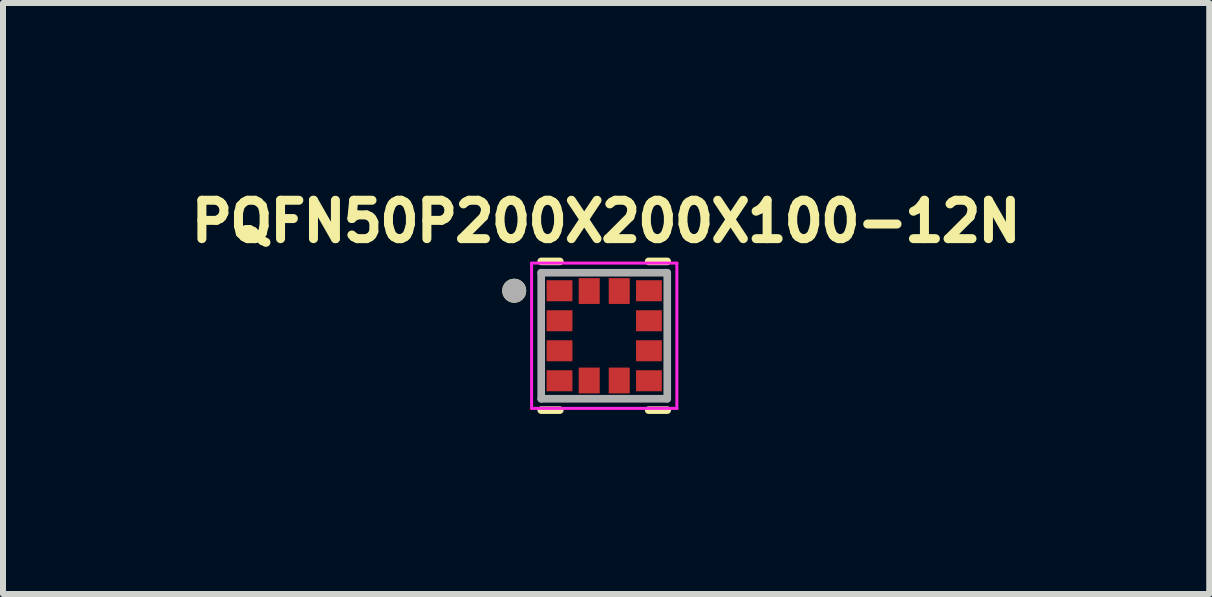
<source format=kicad_pcb>
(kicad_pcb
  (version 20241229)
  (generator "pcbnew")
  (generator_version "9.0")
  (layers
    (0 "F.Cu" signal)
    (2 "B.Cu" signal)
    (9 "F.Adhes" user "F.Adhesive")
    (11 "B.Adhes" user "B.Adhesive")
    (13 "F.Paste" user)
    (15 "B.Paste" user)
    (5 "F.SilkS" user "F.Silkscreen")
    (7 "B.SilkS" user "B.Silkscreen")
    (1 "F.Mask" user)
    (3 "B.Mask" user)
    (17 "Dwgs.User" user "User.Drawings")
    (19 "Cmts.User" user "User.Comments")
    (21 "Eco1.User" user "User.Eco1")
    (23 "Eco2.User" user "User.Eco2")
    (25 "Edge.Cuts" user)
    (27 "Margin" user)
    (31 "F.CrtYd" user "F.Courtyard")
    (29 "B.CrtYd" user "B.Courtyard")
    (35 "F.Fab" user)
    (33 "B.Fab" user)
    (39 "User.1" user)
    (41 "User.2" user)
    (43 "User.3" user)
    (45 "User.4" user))
  (footprint "PQFN50P200X200X100-12N"
    (layer "F.Cu")
    (at 7.017 2.544)
    (property "Reference" "PQFN50P200X200X100-12N" (at 0.032 -1.906 0) (layer "F.SilkS") (effects (font (size 0.64 0.64) (thickness 0.15))))
    (attr smd)
    (fp_line (start -0.74 -1.239) (end -1.05 -1.239) (stroke (width 0.127) (type solid)) (layer "F.SilkS"))
    (fp_line (start -0.74 1.239) (end -1.05 1.239) (stroke (width 0.127) (type solid)) (layer "F.SilkS"))
    (fp_line (start 0.74 -1.239) (end 1.05 -1.239) (stroke (width 0.127) (type solid)) (layer "F.SilkS"))
    (fp_line (start 0.74 1.239) (end 1.05 1.239) (stroke (width 0.127) (type solid)) (layer "F.SilkS"))
    (fp_circle (center -1.5 -0.75) (end -1.4 -0.75) (stroke (width 0.2) (type solid)) (fill no) (layer "F.SilkS"))
    (fp_line (start -1.21 -1.21) (end -1.21 1.21) (stroke (width 0.05) (type solid)) (layer "F.CrtYd"))
    (fp_line (start -1.21 1.21) (end 1.21 1.21) (stroke (width 0.05) (type solid)) (layer "F.CrtYd"))
    (fp_line (start 1.21 -1.21) (end -1.21 -1.21) (stroke (width 0.05) (type solid)) (layer "F.CrtYd"))
    (fp_line (start 1.21 1.21) (end 1.21 -1.21) (stroke (width 0.05) (type solid)) (layer "F.CrtYd"))
    (fp_line (start -1.05 -1.05) (end 1.05 -1.05) (stroke (width 0.127) (type solid)) (layer "F.Fab"))
    (fp_line (start -1.05 1.05) (end -1.05 -1.05) (stroke (width 0.127) (type solid)) (layer "F.Fab"))
    (fp_line (start 1.05 -1.05) (end 1.05 1.05) (stroke (width 0.127) (type solid)) (layer "F.Fab"))
    (fp_line (start 1.05 1.05) (end -1.05 1.05) (stroke (width 0.127) (type solid)) (layer "F.Fab"))
    (fp_circle (center -1.5 -0.75) (end -1.4 -0.75) (stroke (width 0.2) (type solid)) (fill no) (layer "F.Fab"))
    (pad "1" smd rect (at -0.745 -0.75) (size 0.43 0.35) (layers "F.Cu" "F.Mask" "F.Paste"))
    (pad "2" smd rect (at -0.745 -0.25) (size 0.43 0.35) (layers "F.Cu" "F.Mask" "F.Paste"))
    (pad "3" smd rect (at -0.745 0.25) (size 0.43 0.35) (layers "F.Cu" "F.Mask" "F.Paste"))
    (pad "4" smd rect (at -0.745 0.75) (size 0.43 0.35) (layers "F.Cu" "F.Mask" "F.Paste"))
    (pad "5" smd rect (at -0.25 0.745 90) (size 0.43 0.35) (layers "F.Cu" "F.Mask" "F.Paste"))
    (pad "6" smd rect (at 0.25 0.745 90) (size 0.43 0.35) (layers "F.Cu" "F.Mask" "F.Paste"))
    (pad "7" smd rect (at 0.745 0.75) (size 0.43 0.35) (layers "F.Cu" "F.Mask" "F.Paste"))
    (pad "8" smd rect (at 0.745 0.25) (size 0.43 0.35) (layers "F.Cu" "F.Mask" "F.Paste"))
    (pad "9" smd rect (at 0.745 -0.25) (size 0.43 0.35) (layers "F.Cu" "F.Mask" "F.Paste"))
    (pad "10" smd rect (at 0.745 -0.75) (size 0.43 0.35) (layers "F.Cu" "F.Mask" "F.Paste"))
    (pad "11" smd rect (at 0.25 -0.745 90) (size 0.43 0.35) (layers "F.Cu" "F.Mask" "F.Paste"))
    (pad "12" smd rect (at -0.25 -0.745 90) (size 0.43 0.35) (layers "F.Cu" "F.Mask" "F.Paste")))
  (gr_rect
    (start -3 -3)
    (end 17.097 6.847)
    (stroke (width 0.1) (type default))
    (fill no)
    (layer "Edge.Cuts")))
</source>
